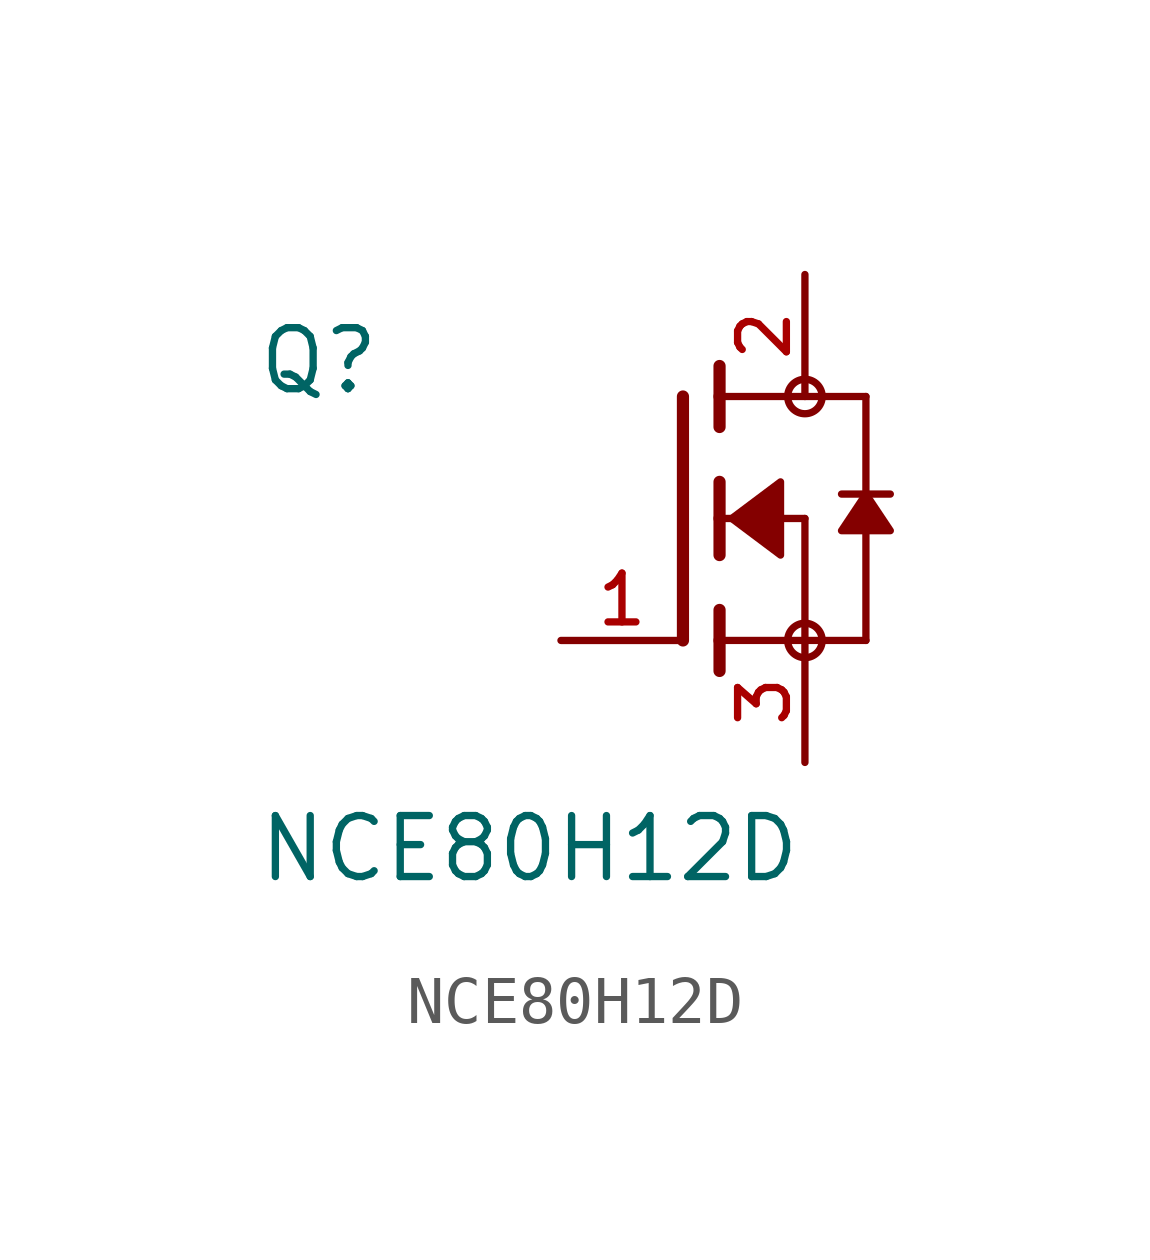
<source format=kicad_sym>
(kicad_symbol_lib
  (version 20231120)
  (generator "kicad_symbol_editor")
  (generator_version "8.0")
  (symbol "NCE80H12D"
    (pin_names
      (offset 1.016))
    (property "Reference" "Q"
      (at -8.89 2.54 0)
      (effects (font (size 1.27 1.27)) (justify left bottom)))
    (property "Value" "NCE80H12D"
      (at -8.89 -7.62 0)
      (effects (font (size 1.27 1.27)) (justify left bottom)))
    (symbol "NCE80H12D_0_0"
      (polyline (pts (xy 0 2.54) (xy 0 -2.54)) (stroke (width 0.254) (type default)) (fill (type none)))
      (polyline (pts (xy 0.762 -2.54) (xy 0.762 -3.175)) (stroke (width 0.254) (type default)) (fill (type none)))
      (polyline (pts (xy 0.762 -1.905) (xy 0.762 -2.54)) (stroke (width 0.254) (type default)) (fill (type none)))
      (polyline (pts (xy 0.762 0) (xy 0.762 -0.762)) (stroke (width 0.254) (type default)) (fill (type none)))
      (polyline (pts (xy 0.762 0) (xy 2.54 0)) (stroke (width 0.152) (type default)) (fill (type none)))
      (polyline (pts (xy 0.762 0.762) (xy 0.762 0)) (stroke (width 0.254) (type default)) (fill (type none)))
      (polyline (pts (xy 0.762 2.54) (xy 0.762 1.905)) (stroke (width 0.254) (type default)) (fill (type none)))
      (polyline (pts (xy 0.762 2.54) (xy 3.81 2.54)) (stroke (width 0.152) (type default)) (fill (type none)))
      (polyline (pts (xy 0.762 3.175) (xy 0.762 2.54)) (stroke (width 0.254) (type default)) (fill (type none)))
      (polyline (pts (xy 2.54 -2.54) (xy 0.762 -2.54)) (stroke (width 0.152) (type default)) (fill (type none)))
      (polyline (pts (xy 2.54 -2.54) (xy 3.81 -2.54)) (stroke (width 0.152) (type default)) (fill (type none)))
      (polyline (pts (xy 2.54 0) (xy 2.54 -2.54)) (stroke (width 0.152) (type default)) (fill (type none)))
      (polyline (pts (xy 3.81 0.508) (xy 3.302 0.508)) (stroke (width 0.152) (type default)) (fill (type none)))
      (polyline (pts (xy 3.81 0.508) (xy 3.81 -2.54)) (stroke (width 0.152) (type default)) (fill (type none)))
      (polyline (pts (xy 3.81 2.54) (xy 3.81 0.508)) (stroke (width 0.152) (type default)) (fill (type none)))
      (polyline (pts (xy 4.318 0.508) (xy 3.81 0.508)) (stroke (width 0.152) (type default)) (fill (type none)))
      (polyline (pts (xy 1.016 0) (xy 2.032 0.762) (xy 2.032 -0.762) (xy 1.016 0)) (stroke (width 0.152) (type default)) (fill (type outline)))
      (polyline (pts (xy 3.81 0.508) (xy 3.302 -0.254) (xy 4.318 -0.254) (xy 3.81 0.508)) (stroke (width 0.152) (type default)) (fill (type outline)))
      (circle (center 2.54 -2.54) (radius 0.359) (stroke (width 0) (type default)) (fill (type none)))
      (circle (center 2.54 2.54) (radius 0.359) (stroke (width 0) (type default)) (fill (type none)))
      (pin passive line (at -2.54 -2.54 0) (length 2.54) (name "~" (effects (font (size 1.016 1.016)))) (number "1" (effects (font (size 1.016 1.016)))))
      (pin passive line (at 2.54 5.08 270) (length 2.54) (name "~" (effects (font (size 1.016 1.016)))) (number "2" (effects (font (size 1.016 1.016)))))
      (pin passive line (at 2.54 -5.08 90) (length 2.54) (name "~" (effects (font (size 1.016 1.016)))) (number "3" (effects (font (size 1.016 1.016))))))))
</source>
